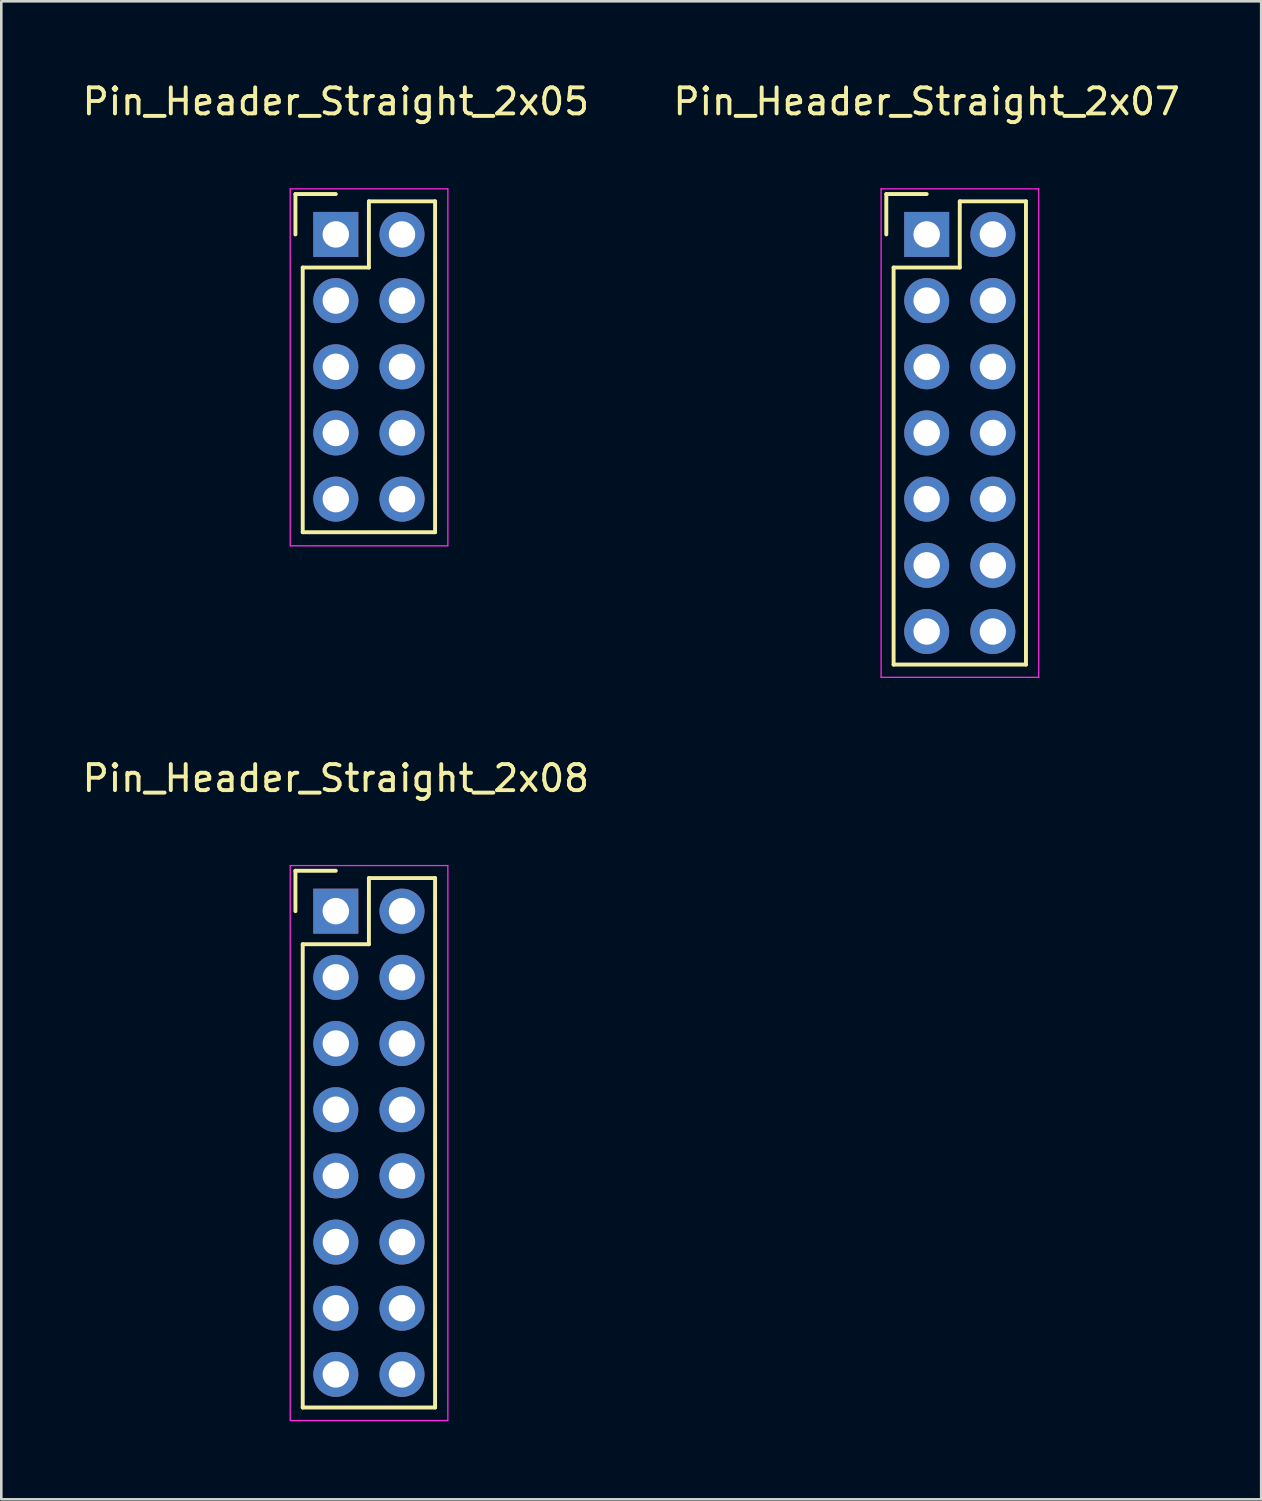
<source format=kicad_pcb>
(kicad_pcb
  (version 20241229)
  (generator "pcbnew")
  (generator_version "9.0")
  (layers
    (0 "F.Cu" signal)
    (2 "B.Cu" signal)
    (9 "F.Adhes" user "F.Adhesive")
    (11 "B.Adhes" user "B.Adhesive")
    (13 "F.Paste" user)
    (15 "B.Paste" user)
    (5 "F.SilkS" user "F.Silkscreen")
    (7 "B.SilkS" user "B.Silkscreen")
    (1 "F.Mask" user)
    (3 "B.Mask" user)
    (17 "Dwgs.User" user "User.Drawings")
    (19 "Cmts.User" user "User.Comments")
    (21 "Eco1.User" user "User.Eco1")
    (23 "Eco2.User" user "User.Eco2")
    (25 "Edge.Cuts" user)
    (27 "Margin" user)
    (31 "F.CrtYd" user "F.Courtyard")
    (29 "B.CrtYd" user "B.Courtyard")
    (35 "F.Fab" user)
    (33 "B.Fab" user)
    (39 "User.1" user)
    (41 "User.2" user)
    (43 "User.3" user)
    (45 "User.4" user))
  (footprint "Pin_Header_Straight_2x07"
    (layer "F.Cu")
    (at 32.518 5.948)
    (property "Reference" "Pin_Header_Straight_2x07" (at 0 -5.1 0) (layer "F.SilkS") (effects (font (size 1 1) (thickness 0.15))))
    (attr through_hole)
    (fp_line (start -1.55 -1.55) (end -1.55 0) (stroke (width 0.15) (type solid)) (layer "F.SilkS"))
    (fp_line (start -1.27 1.27) (end -1.27 16.51) (stroke (width 0.15) (type solid)) (layer "F.SilkS"))
    (fp_line (start 0 -1.55) (end -1.55 -1.55) (stroke (width 0.15) (type solid)) (layer "F.SilkS"))
    (fp_line (start 1.27 -1.27) (end 1.27 1.27) (stroke (width 0.15) (type solid)) (layer "F.SilkS"))
    (fp_line (start 1.27 1.27) (end -1.27 1.27) (stroke (width 0.15) (type solid)) (layer "F.SilkS"))
    (fp_line (start 3.81 -1.27) (end 1.27 -1.27) (stroke (width 0.15) (type solid)) (layer "F.SilkS"))
    (fp_line (start 3.81 16.51) (end -1.27 16.51) (stroke (width 0.15) (type solid)) (layer "F.SilkS"))
    (fp_line (start 3.81 16.51) (end 3.81 -1.27) (stroke (width 0.15) (type solid)) (layer "F.SilkS"))
    (fp_line (start -1.75 -1.75) (end -1.75 17) (stroke (width 0.05) (type solid)) (layer "F.CrtYd"))
    (fp_line (start -1.75 -1.75) (end 4.3 -1.75) (stroke (width 0.05) (type solid)) (layer "F.CrtYd"))
    (fp_line (start -1.75 17) (end 4.3 17) (stroke (width 0.05) (type solid)) (layer "F.CrtYd"))
    (fp_line (start 4.3 -1.75) (end 4.3 17) (stroke (width 0.05) (type solid)) (layer "F.CrtYd"))
    (pad "1" thru_hole rect (at 0 0) (size 1.727 1.727) (drill 1.016) (layers "*.Cu" "*.Mask"))
    (pad "2" thru_hole oval (at 2.54 0) (size 1.727 1.727) (drill 1.016) (layers "*.Cu" "*.Mask"))
    (pad "3" thru_hole oval (at 0 2.54) (size 1.727 1.727) (drill 1.016) (layers "*.Cu" "*.Mask"))
    (pad "4" thru_hole oval (at 2.54 2.54) (size 1.727 1.727) (drill 1.016) (layers "*.Cu" "*.Mask"))
    (pad "5" thru_hole oval (at 0 5.08) (size 1.727 1.727) (drill 1.016) (layers "*.Cu" "*.Mask"))
    (pad "6" thru_hole oval (at 2.54 5.08) (size 1.727 1.727) (drill 1.016) (layers "*.Cu" "*.Mask"))
    (pad "7" thru_hole oval (at 0 7.62) (size 1.727 1.727) (drill 1.016) (layers "*.Cu" "*.Mask"))
    (pad "8" thru_hole oval (at 2.54 7.62) (size 1.727 1.727) (drill 1.016) (layers "*.Cu" "*.Mask"))
    (pad "9" thru_hole oval (at 0 10.16) (size 1.727 1.727) (drill 1.016) (layers "*.Cu" "*.Mask"))
    (pad "10" thru_hole oval (at 2.54 10.16) (size 1.727 1.727) (drill 1.016) (layers "*.Cu" "*.Mask"))
    (pad "11" thru_hole oval (at 0 12.7) (size 1.727 1.727) (drill 1.016) (layers "*.Cu" "*.Mask"))
    (pad "12" thru_hole oval (at 2.54 12.7) (size 1.727 1.727) (drill 1.016) (layers "*.Cu" "*.Mask"))
    (pad "13" thru_hole oval (at 0 15.24) (size 1.727 1.727) (drill 1.016) (layers "*.Cu" "*.Mask"))
    (pad "14" thru_hole oval (at 2.54 15.24) (size 1.727 1.727) (drill 1.016) (layers "*.Cu" "*.Mask")))
  (footprint "Pin_Header_Straight_2x08"
    (layer "F.Cu")
    (at 9.839 31.922)
    (property "Reference" "Pin_Header_Straight_2x08" (at 0 -5.1 0) (layer "F.SilkS") (effects (font (size 1 1) (thickness 0.15))))
    (attr through_hole)
    (fp_line (start -1.55 -1.55) (end -1.55 0) (stroke (width 0.15) (type solid)) (layer "F.SilkS"))
    (fp_line (start -1.27 1.27) (end -1.27 19.05) (stroke (width 0.15) (type solid)) (layer "F.SilkS"))
    (fp_line (start 0 -1.55) (end -1.55 -1.55) (stroke (width 0.15) (type solid)) (layer "F.SilkS"))
    (fp_line (start 1.27 -1.27) (end 1.27 1.27) (stroke (width 0.15) (type solid)) (layer "F.SilkS"))
    (fp_line (start 1.27 1.27) (end -1.27 1.27) (stroke (width 0.15) (type solid)) (layer "F.SilkS"))
    (fp_line (start 3.81 -1.27) (end 1.27 -1.27) (stroke (width 0.15) (type solid)) (layer "F.SilkS"))
    (fp_line (start 3.81 19.05) (end -1.27 19.05) (stroke (width 0.15) (type solid)) (layer "F.SilkS"))
    (fp_line (start 3.81 19.05) (end 3.81 -1.27) (stroke (width 0.15) (type solid)) (layer "F.SilkS"))
    (fp_line (start -1.75 -1.75) (end -1.75 19.55) (stroke (width 0.05) (type solid)) (layer "F.CrtYd"))
    (fp_line (start -1.75 -1.75) (end 4.3 -1.75) (stroke (width 0.05) (type solid)) (layer "F.CrtYd"))
    (fp_line (start -1.75 19.55) (end 4.3 19.55) (stroke (width 0.05) (type solid)) (layer "F.CrtYd"))
    (fp_line (start 4.3 -1.75) (end 4.3 19.55) (stroke (width 0.05) (type solid)) (layer "F.CrtYd"))
    (pad "1" thru_hole rect (at 0 0) (size 1.727 1.727) (drill 1.016) (layers "*.Cu" "*.Mask"))
    (pad "2" thru_hole oval (at 2.54 0) (size 1.727 1.727) (drill 1.016) (layers "*.Cu" "*.Mask"))
    (pad "3" thru_hole oval (at 0 2.54) (size 1.727 1.727) (drill 1.016) (layers "*.Cu" "*.Mask"))
    (pad "4" thru_hole oval (at 2.54 2.54) (size 1.727 1.727) (drill 1.016) (layers "*.Cu" "*.Mask"))
    (pad "5" thru_hole oval (at 0 5.08) (size 1.727 1.727) (drill 1.016) (layers "*.Cu" "*.Mask"))
    (pad "6" thru_hole oval (at 2.54 5.08) (size 1.727 1.727) (drill 1.016) (layers "*.Cu" "*.Mask"))
    (pad "7" thru_hole oval (at 0 7.62) (size 1.727 1.727) (drill 1.016) (layers "*.Cu" "*.Mask"))
    (pad "8" thru_hole oval (at 2.54 7.62) (size 1.727 1.727) (drill 1.016) (layers "*.Cu" "*.Mask"))
    (pad "9" thru_hole oval (at 0 10.16) (size 1.727 1.727) (drill 1.016) (layers "*.Cu" "*.Mask"))
    (pad "10" thru_hole oval (at 2.54 10.16) (size 1.727 1.727) (drill 1.016) (layers "*.Cu" "*.Mask"))
    (pad "11" thru_hole oval (at 0 12.7) (size 1.727 1.727) (drill 1.016) (layers "*.Cu" "*.Mask"))
    (pad "12" thru_hole oval (at 2.54 12.7) (size 1.727 1.727) (drill 1.016) (layers "*.Cu" "*.Mask"))
    (pad "13" thru_hole oval (at 0 15.24) (size 1.727 1.727) (drill 1.016) (layers "*.Cu" "*.Mask"))
    (pad "14" thru_hole oval (at 2.54 15.24) (size 1.727 1.727) (drill 1.016) (layers "*.Cu" "*.Mask"))
    (pad "15" thru_hole oval (at 0 17.78) (size 1.727 1.727) (drill 1.016) (layers "*.Cu" "*.Mask"))
    (pad "16" thru_hole oval (at 2.54 17.78) (size 1.727 1.727) (drill 1.016) (layers "*.Cu" "*.Mask")))
  (footprint "Pin_Header_Straight_2x05"
    (layer "F.Cu")
    (at 9.839 5.948)
    (property "Reference" "Pin_Header_Straight_2x05" (at 0 -5.1 0) (layer "F.SilkS") (effects (font (size 1 1) (thickness 0.15))))
    (attr through_hole)
    (fp_line (start -1.55 -1.55) (end -1.55 0) (stroke (width 0.15) (type solid)) (layer "F.SilkS"))
    (fp_line (start -1.27 11.43) (end -1.27 1.27) (stroke (width 0.15) (type solid)) (layer "F.SilkS"))
    (fp_line (start 0 -1.55) (end -1.55 -1.55) (stroke (width 0.15) (type solid)) (layer "F.SilkS"))
    (fp_line (start 1.27 -1.27) (end 1.27 1.27) (stroke (width 0.15) (type solid)) (layer "F.SilkS"))
    (fp_line (start 1.27 1.27) (end -1.27 1.27) (stroke (width 0.15) (type solid)) (layer "F.SilkS"))
    (fp_line (start 3.81 -1.27) (end 1.27 -1.27) (stroke (width 0.15) (type solid)) (layer "F.SilkS"))
    (fp_line (start 3.81 -1.27) (end 3.81 11.43) (stroke (width 0.15) (type solid)) (layer "F.SilkS"))
    (fp_line (start 3.81 11.43) (end -1.27 11.43) (stroke (width 0.15) (type solid)) (layer "F.SilkS"))
    (fp_line (start -1.75 -1.75) (end -1.75 11.95) (stroke (width 0.05) (type solid)) (layer "F.CrtYd"))
    (fp_line (start -1.75 -1.75) (end 4.3 -1.75) (stroke (width 0.05) (type solid)) (layer "F.CrtYd"))
    (fp_line (start -1.75 11.95) (end 4.3 11.95) (stroke (width 0.05) (type solid)) (layer "F.CrtYd"))
    (fp_line (start 4.3 -1.75) (end 4.3 11.95) (stroke (width 0.05) (type solid)) (layer "F.CrtYd"))
    (pad "1" thru_hole rect (at 0 0) (size 1.727 1.727) (drill 1.016) (layers "*.Cu" "*.Mask"))
    (pad "2" thru_hole oval (at 2.54 0) (size 1.727 1.727) (drill 1.016) (layers "*.Cu" "*.Mask"))
    (pad "3" thru_hole oval (at 0 2.54) (size 1.727 1.727) (drill 1.016) (layers "*.Cu" "*.Mask"))
    (pad "4" thru_hole oval (at 2.54 2.54) (size 1.727 1.727) (drill 1.016) (layers "*.Cu" "*.Mask"))
    (pad "5" thru_hole oval (at 0 5.08) (size 1.727 1.727) (drill 1.016) (layers "*.Cu" "*.Mask"))
    (pad "6" thru_hole oval (at 2.54 5.08) (size 1.727 1.727) (drill 1.016) (layers "*.Cu" "*.Mask"))
    (pad "7" thru_hole oval (at 0 7.62) (size 1.727 1.727) (drill 1.016) (layers "*.Cu" "*.Mask"))
    (pad "8" thru_hole oval (at 2.54 7.62) (size 1.727 1.727) (drill 1.016) (layers "*.Cu" "*.Mask"))
    (pad "9" thru_hole oval (at 0 10.16) (size 1.727 1.727) (drill 1.016) (layers "*.Cu" "*.Mask"))
    (pad "10" thru_hole oval (at 2.54 10.16) (size 1.727 1.727) (drill 1.016) (layers "*.Cu" "*.Mask")))
  (gr_rect
    (start -3 -3)
    (end 45.357 54.496)
    (stroke (width 0.1) (type default))
    (fill no)
    (layer "Edge.Cuts")))
</source>
